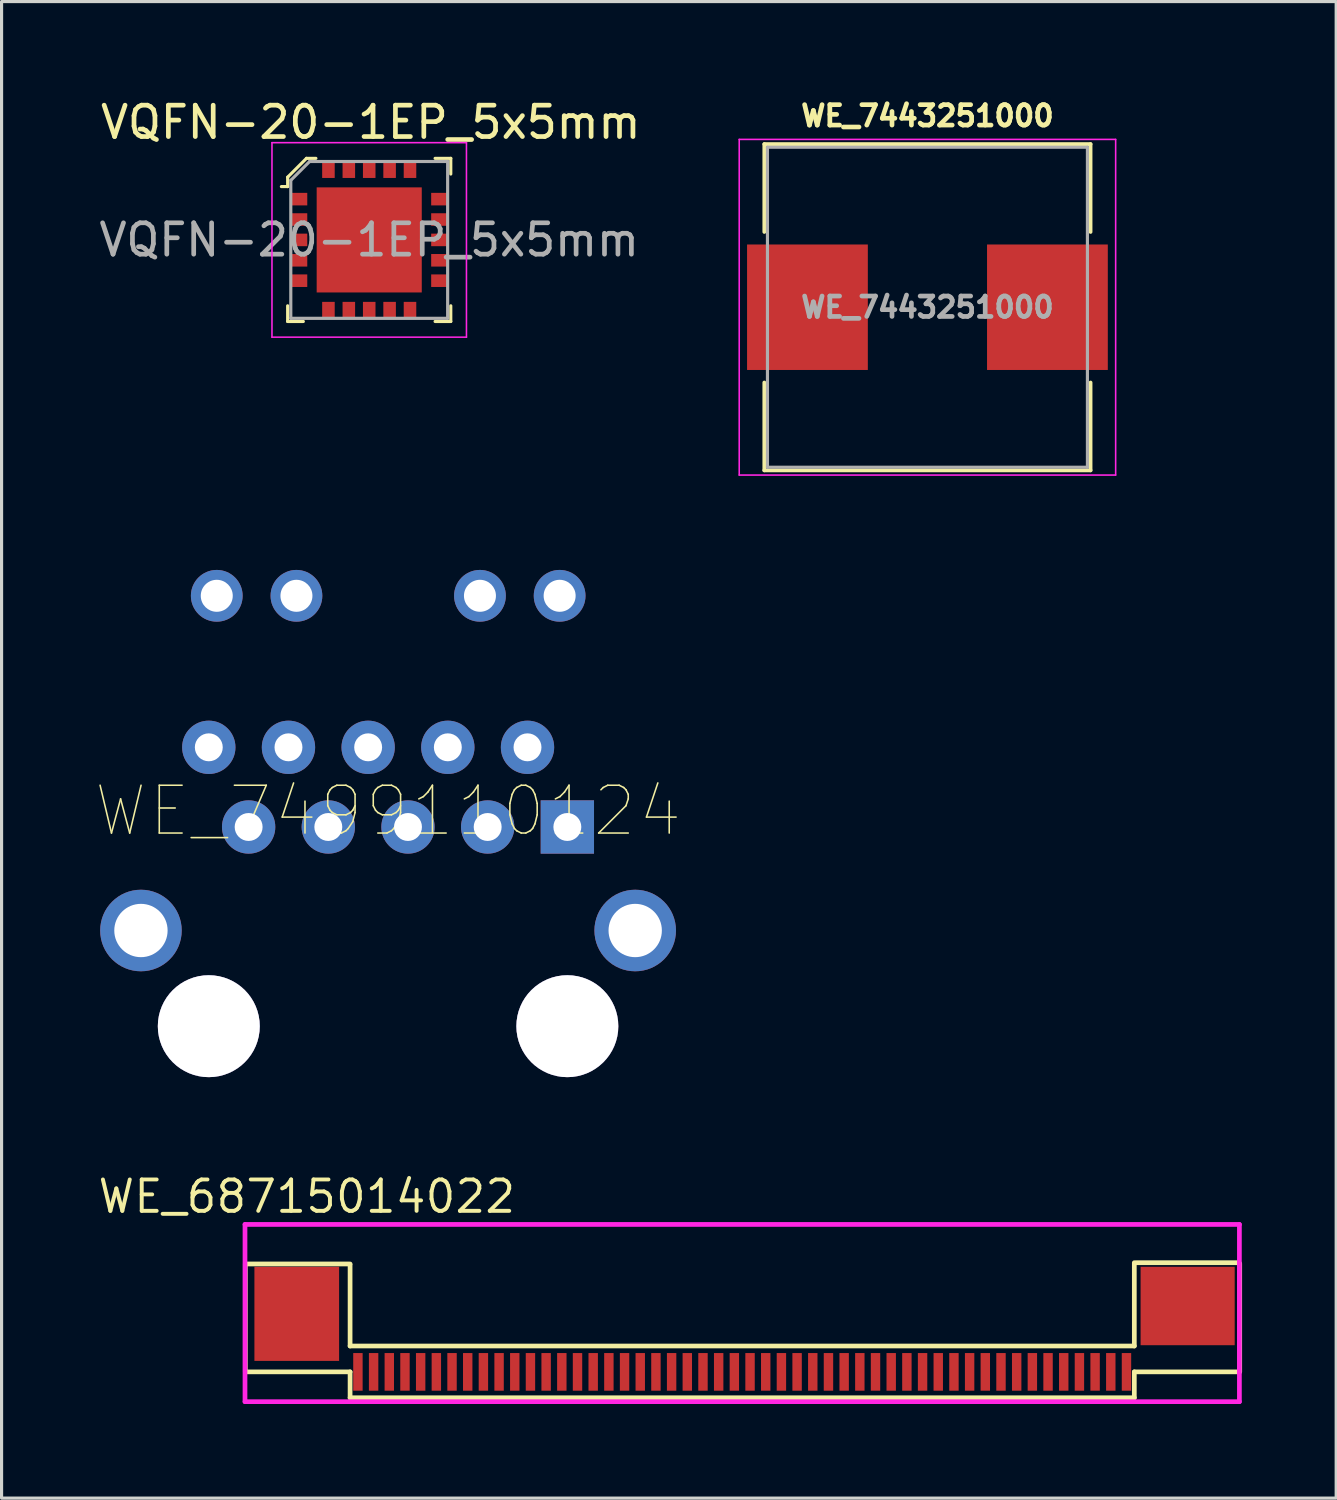
<source format=kicad_pcb>
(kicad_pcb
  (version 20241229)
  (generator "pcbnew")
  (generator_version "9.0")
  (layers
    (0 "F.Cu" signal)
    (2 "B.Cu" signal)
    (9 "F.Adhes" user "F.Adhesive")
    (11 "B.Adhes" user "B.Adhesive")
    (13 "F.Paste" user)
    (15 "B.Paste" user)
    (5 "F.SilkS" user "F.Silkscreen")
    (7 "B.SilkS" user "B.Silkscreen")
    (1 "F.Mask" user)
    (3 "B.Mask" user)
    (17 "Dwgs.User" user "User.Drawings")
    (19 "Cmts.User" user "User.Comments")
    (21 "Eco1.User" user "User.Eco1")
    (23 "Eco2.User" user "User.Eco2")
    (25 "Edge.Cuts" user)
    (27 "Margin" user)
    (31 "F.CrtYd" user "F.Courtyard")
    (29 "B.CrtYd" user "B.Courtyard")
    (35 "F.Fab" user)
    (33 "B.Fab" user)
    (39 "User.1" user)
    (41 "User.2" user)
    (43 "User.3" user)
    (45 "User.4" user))
  (footprint "WE_68715014022"
    (layer "F.Cu")
    (at 21.25 40.023)
    (property "Reference" "WE_68715014022" (at -14.52 -4.93 0) (layer "F.SilkS") (effects (font (size 1 1) (thickness 0.125))))
    (attr smd)
    (fp_line (start -16.48 -2.78) (end -16.48 0.66) (stroke (width 0.15) (type solid)) (layer "F.SilkS"))
    (fp_line (start -16.45 0.66) (end -13.14 0.66) (stroke (width 0.15) (type solid)) (layer "F.SilkS"))
    (fp_line (start -13.14 -2.78) (end -16.48 -2.78) (stroke (width 0.15) (type solid)) (layer "F.SilkS"))
    (fp_line (start -13.14 -0.165) (end -13.14 -2.75) (stroke (width 0.15) (type solid)) (layer "F.SilkS"))
    (fp_line (start -13.14 0.66) (end -13.14 1.485) (stroke (width 0.15) (type solid)) (layer "F.SilkS"))
    (fp_line (start 11.86 -0.165) (end -13.14 -0.165) (stroke (width 0.15) (type solid)) (layer "F.SilkS"))
    (fp_line (start 11.86 -0.165) (end 11.86 -2.82) (stroke (width 0.15) (type solid)) (layer "F.SilkS"))
    (fp_line (start 11.86 0.66) (end 11.86 1.485) (stroke (width 0.15) (type solid)) (layer "F.SilkS"))
    (fp_line (start 11.86 1.485) (end -13.14 1.485) (stroke (width 0.15) (type solid)) (layer "F.SilkS"))
    (fp_line (start 11.92 -2.82) (end 15.2 -2.82) (stroke (width 0.15) (type solid)) (layer "F.SilkS"))
    (fp_line (start 15.19 0.66) (end 11.86 0.66) (stroke (width 0.15) (type solid)) (layer "F.SilkS"))
    (fp_line (start 15.22 -2.79) (end 15.22 0.66) (stroke (width 0.15) (type solid)) (layer "F.SilkS"))
    (fp_line (start -16.49 -4.04) (end -16.49 1.61) (stroke (width 0.15) (type solid)) (layer "F.CrtYd"))
    (fp_line (start -16.49 1.61) (end 15.21 1.61) (stroke (width 0.15) (type solid)) (layer "F.CrtYd"))
    (fp_line (start 15.21 -4.04) (end -16.49 -4.04) (stroke (width 0.15) (type solid)) (layer "F.CrtYd"))
    (fp_line (start 15.21 1.61) (end 15.21 -4.04) (stroke (width 0.15) (type solid)) (layer "F.CrtYd"))
    (pad "1" smd rect (at -12.89 0.66 180) (size 0.3 1.2) (layers "F.Cu" "F.Mask" "F.Paste"))
    (pad "2" smd rect (at -12.39 0.66 180) (size 0.3 1.2) (layers "F.Cu" "F.Mask" "F.Paste"))
    (pad "3" smd rect (at -11.89 0.66 180) (size 0.3 1.2) (layers "F.Cu" "F.Mask" "F.Paste"))
    (pad "4" smd rect (at -11.39 0.66 180) (size 0.3 1.2) (layers "F.Cu" "F.Mask" "F.Paste"))
    (pad "5" smd rect (at -10.89 0.66 180) (size 0.3 1.2) (layers "F.Cu" "F.Mask" "F.Paste"))
    (pad "6" smd rect (at -10.39 0.66 180) (size 0.3 1.2) (layers "F.Cu" "F.Mask" "F.Paste"))
    (pad "7" smd rect (at -9.89 0.66 180) (size 0.3 1.2) (layers "F.Cu" "F.Mask" "F.Paste"))
    (pad "8" smd rect (at -9.39 0.66 180) (size 0.3 1.2) (layers "F.Cu" "F.Mask" "F.Paste"))
    (pad "9" smd rect (at -8.89 0.66 180) (size 0.3 1.2) (layers "F.Cu" "F.Mask" "F.Paste"))
    (pad "10" smd rect (at -8.39 0.66 180) (size 0.3 1.2) (layers "F.Cu" "F.Mask" "F.Paste"))
    (pad "11" smd rect (at -7.89 0.66 180) (size 0.3 1.2) (layers "F.Cu" "F.Mask" "F.Paste"))
    (pad "12" smd rect (at -7.39 0.66 180) (size 0.3 1.2) (layers "F.Cu" "F.Mask" "F.Paste"))
    (pad "13" smd rect (at -6.89 0.66 180) (size 0.3 1.2) (layers "F.Cu" "F.Mask" "F.Paste"))
    (pad "14" smd rect (at -6.39 0.66 180) (size 0.3 1.2) (layers "F.Cu" "F.Mask" "F.Paste"))
    (pad "15" smd rect (at -5.89 0.66 180) (size 0.3 1.2) (layers "F.Cu" "F.Mask" "F.Paste"))
    (pad "16" smd rect (at -5.39 0.66 180) (size 0.3 1.2) (layers "F.Cu" "F.Mask" "F.Paste"))
    (pad "17" smd rect (at -4.89 0.66 180) (size 0.3 1.2) (layers "F.Cu" "F.Mask" "F.Paste"))
    (pad "18" smd rect (at -4.39 0.66 180) (size 0.3 1.2) (layers "F.Cu" "F.Mask" "F.Paste"))
    (pad "19" smd rect (at -3.89 0.66 180) (size 0.3 1.2) (layers "F.Cu" "F.Mask" "F.Paste"))
    (pad "20" smd rect (at -3.39 0.66 180) (size 0.3 1.2) (layers "F.Cu" "F.Mask" "F.Paste"))
    (pad "21" smd rect (at -2.89 0.66 180) (size 0.3 1.2) (layers "F.Cu" "F.Mask" "F.Paste"))
    (pad "22" smd rect (at -2.39 0.66 180) (size 0.3 1.2) (layers "F.Cu" "F.Mask" "F.Paste"))
    (pad "23" smd rect (at -1.89 0.66 180) (size 0.3 1.2) (layers "F.Cu" "F.Mask" "F.Paste"))
    (pad "24" smd rect (at -1.39 0.66 180) (size 0.3 1.2) (layers "F.Cu" "F.Mask" "F.Paste"))
    (pad "25" smd rect (at -0.89 0.66 180) (size 0.3 1.2) (layers "F.Cu" "F.Mask" "F.Paste"))
    (pad "26" smd rect (at -0.39 0.66 180) (size 0.3 1.2) (layers "F.Cu" "F.Mask" "F.Paste"))
    (pad "27" smd rect (at 0.11 0.66 180) (size 0.3 1.2) (layers "F.Cu" "F.Mask" "F.Paste"))
    (pad "28" smd rect (at 0.61 0.66 180) (size 0.3 1.2) (layers "F.Cu" "F.Mask" "F.Paste"))
    (pad "29" smd rect (at 1.11 0.66 180) (size 0.3 1.2) (layers "F.Cu" "F.Mask" "F.Paste"))
    (pad "30" smd rect (at 1.61 0.66 180) (size 0.3 1.2) (layers "F.Cu" "F.Mask" "F.Paste"))
    (pad "31" smd rect (at 2.11 0.66 180) (size 0.3 1.2) (layers "F.Cu" "F.Mask" "F.Paste"))
    (pad "32" smd rect (at 2.61 0.66 180) (size 0.3 1.2) (layers "F.Cu" "F.Mask" "F.Paste"))
    (pad "33" smd rect (at 3.11 0.66 180) (size 0.3 1.2) (layers "F.Cu" "F.Mask" "F.Paste"))
    (pad "34" smd rect (at 3.61 0.66 180) (size 0.3 1.2) (layers "F.Cu" "F.Mask" "F.Paste"))
    (pad "35" smd rect (at 4.11 0.66 180) (size 0.3 1.2) (layers "F.Cu" "F.Mask" "F.Paste"))
    (pad "36" smd rect (at 4.61 0.66 180) (size 0.3 1.2) (layers "F.Cu" "F.Mask" "F.Paste"))
    (pad "37" smd rect (at 5.11 0.66 180) (size 0.3 1.2) (layers "F.Cu" "F.Mask" "F.Paste"))
    (pad "38" smd rect (at 5.61 0.66 180) (size 0.3 1.2) (layers "F.Cu" "F.Mask" "F.Paste"))
    (pad "39" smd rect (at 6.11 0.66 180) (size 0.3 1.2) (layers "F.Cu" "F.Mask" "F.Paste"))
    (pad "40" smd rect (at 6.61 0.66 180) (size 0.3 1.2) (layers "F.Cu" "F.Mask" "F.Paste"))
    (pad "41" smd rect (at 7.11 0.66 180) (size 0.3 1.2) (layers "F.Cu" "F.Mask" "F.Paste"))
    (pad "42" smd rect (at 7.61 0.66 180) (size 0.3 1.2) (layers "F.Cu" "F.Mask" "F.Paste"))
    (pad "43" smd rect (at 8.11 0.66 180) (size 0.3 1.2) (layers "F.Cu" "F.Mask" "F.Paste"))
    (pad "44" smd rect (at 8.61 0.66 180) (size 0.3 1.2) (layers "F.Cu" "F.Mask" "F.Paste"))
    (pad "45" smd rect (at 9.11 0.66 180) (size 0.3 1.2) (layers "F.Cu" "F.Mask" "F.Paste"))
    (pad "46" smd rect (at 9.61 0.66 180) (size 0.3 1.2) (layers "F.Cu" "F.Mask" "F.Paste"))
    (pad "47" smd rect (at 10.11 0.66 180) (size 0.3 1.2) (layers "F.Cu" "F.Mask" "F.Paste"))
    (pad "48" smd rect (at 10.61 0.66 180) (size 0.3 1.2) (layers "F.Cu" "F.Mask" "F.Paste"))
    (pad "49" smd rect (at 11.11 0.66 180) (size 0.3 1.2) (layers "F.Cu" "F.Mask" "F.Paste"))
    (pad "50" smd rect (at 11.61 0.66 180) (size 0.3 1.2) (layers "F.Cu" "F.Mask" "F.Paste"))
    (pad "~" smd rect (at -14.84 -1.19 180) (size 2.7 3) (layers "F.Cu" "F.Mask" "F.Paste"))
    (pad "~" smd rect (at 13.56 -1.44 180) (size 3 2.5) (layers "F.Cu" "F.Mask" "F.Paste")))
  (footprint "VQFN-20-1EP_5x5mm"
    (layer "F.Cu")
    (at 8.72 4.598)
    (property "Reference" "VQFN-20-1EP_5x5mm" (at 0.05 -3.75 0) (layer "F.SilkS") (effects (font (size 1 1) (thickness 0.15))))
    (attr smd)
    (fp_line (start -2.6 -2) (end -2.6 -1.7) (stroke (width 0.1) (type solid)) (layer "F.SilkS"))
    (fp_line (start -2.6 -1.7) (end -2.8 -1.7) (stroke (width 0.1) (type solid)) (layer "F.SilkS"))
    (fp_line (start -2.6 2.6) (end -2.6 2.1) (stroke (width 0.1) (type solid)) (layer "F.SilkS"))
    (fp_line (start -2.6 2.6) (end -2.1 2.6) (stroke (width 0.1) (type solid)) (layer "F.SilkS"))
    (fp_line (start -2 -2.6) (end -2.6 -2) (stroke (width 0.1) (type solid)) (layer "F.SilkS"))
    (fp_line (start -1.7 -2.6) (end -2 -2.6) (stroke (width 0.1) (type solid)) (layer "F.SilkS"))
    (fp_line (start 2.6 -2.6) (end 2.1 -2.6) (stroke (width 0.1) (type solid)) (layer "F.SilkS"))
    (fp_line (start 2.6 -2.6) (end 2.6 -2.1) (stroke (width 0.1) (type solid)) (layer "F.SilkS"))
    (fp_line (start 2.6 2.6) (end 2.1 2.6) (stroke (width 0.1) (type solid)) (layer "F.SilkS"))
    (fp_line (start 2.6 2.6) (end 2.6 2.1) (stroke (width 0.1) (type solid)) (layer "F.SilkS"))
    (fp_line (start -3.1 3.1) (end -3.1 -3.1) (stroke (width 0.05) (type solid)) (layer "F.CrtYd"))
    (fp_line (start 3.1 -3.1) (end -3.1 -3.1) (stroke (width 0.05) (type solid)) (layer "F.CrtYd"))
    (fp_line (start 3.1 3.1) (end -3.1 3.1) (stroke (width 0.05) (type solid)) (layer "F.CrtYd"))
    (fp_line (start 3.1 3.1) (end 3.1 -3.1) (stroke (width 0.05) (type solid)) (layer "F.CrtYd"))
    (fp_line (start -2.5 -1.9) (end -2.5 2.5) (stroke (width 0.1) (type solid)) (layer "F.Fab"))
    (fp_line (start -2.5 -1.9) (end -1.9 -2.5) (stroke (width 0.1) (type solid)) (layer "F.Fab"))
    (fp_line (start -2.5 2.5) (end 2.5 2.5) (stroke (width 0.1) (type solid)) (layer "F.Fab"))
    (fp_line (start -1.9 -2.5) (end 2.5 -2.5) (stroke (width 0.1) (type solid)) (layer "F.Fab"))
    (fp_line (start 2.5 -2.5) (end 2.5 2.5) (stroke (width 0.1) (type solid)) (layer "F.Fab"))
    (fp_text user "${REFERENCE}" (at 0 0 0) (layer "F.Fab") (effects (font (size 1 1) (thickness 0.15))))
    (pad "1" smd rect (at -2.25 -1.3) (size 0.55 0.4) (layers "F.Cu" "F.Mask" "F.Paste"))
    (pad "2" smd rect (at -2.25 -0.65) (size 0.55 0.4) (layers "F.Cu" "F.Mask" "F.Paste"))
    (pad "3" smd rect (at -2.25 0) (size 0.55 0.4) (layers "F.Cu" "F.Mask" "F.Paste"))
    (pad "4" smd rect (at -2.25 0.65) (size 0.55 0.4) (layers "F.Cu" "F.Mask" "F.Paste"))
    (pad "5" smd rect (at -2.25 1.3) (size 0.55 0.4) (layers "F.Cu" "F.Mask" "F.Paste"))
    (pad "6" smd rect (at -1.3 2.25 90) (size 0.55 0.4) (layers "F.Cu" "F.Mask" "F.Paste"))
    (pad "7" smd rect (at -0.65 2.25 90) (size 0.55 0.4) (layers "F.Cu" "F.Mask" "F.Paste"))
    (pad "8" smd rect (at 0 2.25 90) (size 0.55 0.4) (layers "F.Cu" "F.Mask" "F.Paste"))
    (pad "9" smd rect (at 0.65 2.25 90) (size 0.55 0.4) (layers "F.Cu" "F.Mask" "F.Paste"))
    (pad "10" smd rect (at 1.3 2.25 90) (size 0.55 0.4) (layers "F.Cu" "F.Mask" "F.Paste"))
    (pad "11" smd rect (at 2.25 1.3) (size 0.55 0.4) (layers "F.Cu" "F.Mask" "F.Paste"))
    (pad "12" smd rect (at 2.25 0.65) (size 0.55 0.4) (layers "F.Cu" "F.Mask" "F.Paste"))
    (pad "13" smd rect (at 2.25 0) (size 0.55 0.4) (layers "F.Cu" "F.Mask" "F.Paste"))
    (pad "14" smd rect (at 2.25 -0.65) (size 0.55 0.4) (layers "F.Cu" "F.Mask" "F.Paste"))
    (pad "15" smd rect (at 2.25 -1.3) (size 0.55 0.4) (layers "F.Cu" "F.Mask" "F.Paste"))
    (pad "16" smd rect (at 1.3 -2.25 90) (size 0.55 0.4) (layers "F.Cu" "F.Mask" "F.Paste"))
    (pad "17" smd rect (at 0.65 -2.25 90) (size 0.55 0.4) (layers "F.Cu" "F.Mask" "F.Paste"))
    (pad "18" smd rect (at 0 -2.25 90) (size 0.55 0.4) (layers "F.Cu" "F.Mask" "F.Paste"))
    (pad "19" smd rect (at -0.65 -2.25 90) (size 0.55 0.4) (layers "F.Cu" "F.Mask" "F.Paste"))
    (pad "20" smd rect (at -1.3 -2.25 90) (size 0.55 0.4) (layers "F.Cu" "F.Mask" "F.Paste"))
    (pad "21" smd rect (at 0 0) (size 3.35 3.35) (layers "F.Cu" "F.Mask" "F.Paste")))
  (footprint "WE_7443251000"
    (layer "F.Cu")
    (at 26.515 6.744)
    (property "Reference" "WE_7443251000" (at 0 -6.1 0) (layer "F.SilkS") (effects (font (size 0.65 0.65) (thickness 0.15))))
    (attr smd)
    (fp_line (start -5.2 -5.2) (end 5.2 -5.2) (stroke (width 0.12) (type solid)) (layer "F.SilkS"))
    (fp_line (start -5.2 -2.4) (end -5.2 -5.2) (stroke (width 0.12) (type solid)) (layer "F.SilkS"))
    (fp_line (start -5.2 2.4) (end -5.2 5.2) (stroke (width 0.12) (type solid)) (layer "F.SilkS"))
    (fp_line (start -5.2 5.2) (end 5.2 5.2) (stroke (width 0.12) (type solid)) (layer "F.SilkS"))
    (fp_line (start 5.2 -5.2) (end 5.2 -2.4) (stroke (width 0.12) (type solid)) (layer "F.SilkS"))
    (fp_line (start 5.2 5.2) (end 5.2 2.4) (stroke (width 0.12) (type solid)) (layer "F.SilkS"))
    (fp_line (start -6 -5.35) (end -6 5.35) (stroke (width 0.05) (type solid)) (layer "F.CrtYd"))
    (fp_line (start -6 5.35) (end 6 5.35) (stroke (width 0.05) (type solid)) (layer "F.CrtYd"))
    (fp_line (start 6 -5.35) (end -6 -5.35) (stroke (width 0.05) (type solid)) (layer "F.CrtYd"))
    (fp_line (start 6 5.35) (end 6 -5.35) (stroke (width 0.05) (type solid)) (layer "F.CrtYd"))
    (fp_line (start -5.1 -5.1) (end -5.1 5.1) (stroke (width 0.1) (type solid)) (layer "F.Fab"))
    (fp_line (start -5.1 5.1) (end 5.1 5.1) (stroke (width 0.1) (type solid)) (layer "F.Fab"))
    (fp_line (start 5.1 -5.1) (end -5.1 -5.1) (stroke (width 0.1) (type solid)) (layer "F.Fab"))
    (fp_line (start 5.1 5.1) (end 5.1 -5.1) (stroke (width 0.1) (type solid)) (layer "F.Fab"))
    (fp_text user "${REFERENCE}" (at 0 0 0) (layer "F.Fab") (effects (font (size 0.65 0.65) (thickness 0.15))))
    (pad "1" smd rect (at -3.825 0) (size 3.85 4) (layers "F.Cu" "F.Mask" "F.Paste"))
    (pad "2" smd rect (at 3.825 0) (size 3.85 4) (layers "F.Cu" "F.Mask" "F.Paste")))
  (footprint "WE_7499110124"
    (layer "F.Cu")
    (at 9.321 22.803)
    (property "Reference" "WE_7499110124" (at 0 0 0) (layer "F.SilkS") (effects (font (size 1.524 1.524) (thickness 0.05))))
    (attr through_hole)
    (pad "" thru_hole circle (at -5.715 6.86 180) (size 3.25 3.25) (drill 3.25) (layers "*.Cu" "*.Mask"))
    (pad "" thru_hole circle (at 5.715 6.86 180) (size 3.25 3.25) (drill 3.25) (layers "*.Cu" "*.Mask"))
    (pad "1" thru_hole rect (at 5.715 0.51 180) (size 1.7 1.7) (drill 0.89) (layers "*.Cu" "*.Mask"))
    (pad "2" thru_hole circle (at 4.445 -2.03 180) (size 1.7 1.7) (drill 0.89) (layers "*.Cu" "*.Mask"))
    (pad "3" thru_hole circle (at 3.175 0.51 180) (size 1.7 1.7) (drill 0.89) (layers "*.Cu" "*.Mask"))
    (pad "4" thru_hole circle (at 1.905 -2.03 180) (size 1.7 1.7) (drill 0.89) (layers "*.Cu" "*.Mask"))
    (pad "5" thru_hole circle (at 0.635 0.51 270) (size 1.7 1.7) (drill 0.89) (layers "*.Cu" "*.Mask"))
    (pad "6" thru_hole circle (at -0.635 -2.03 180) (size 1.7 1.7) (drill 0.89) (layers "*.Cu" "*.Mask"))
    (pad "7" thru_hole circle (at -1.905 0.51 180) (size 1.7 1.7) (drill 0.89) (layers "*.Cu" "*.Mask"))
    (pad "8" thru_hole circle (at -3.175 -2.03 180) (size 1.7 1.7) (drill 0.89) (layers "*.Cu" "*.Mask"))
    (pad "9" thru_hole circle (at -4.445 0.51 180) (size 1.7 1.7) (drill 0.89) (layers "*.Cu" "*.Mask"))
    (pad "10" thru_hole circle (at -5.715 -2.03 180) (size 1.7 1.7) (drill 0.89) (layers "*.Cu" "*.Mask"))
    (pad "11" thru_hole circle (at 5.469 -6.86 180) (size 1.65 1.65) (drill 1.02) (layers "*.Cu" "*.Mask"))
    (pad "12" thru_hole circle (at 2.929 -6.86 180) (size 1.65 1.65) (drill 1.02) (layers "*.Cu" "*.Mask"))
    (pad "13" thru_hole circle (at -2.921 -6.86 180) (size 1.65 1.65) (drill 1.02) (layers "*.Cu" "*.Mask"))
    (pad "14" thru_hole circle (at -5.461 -6.86 180) (size 1.65 1.65) (drill 1.02) (layers "*.Cu" "*.Mask"))
    (pad "S" thru_hole circle (at -7.878 3.81 180) (size 2.6 2.6) (drill 1.7) (layers "*.Cu" "*.Mask"))
    (pad "S" thru_hole circle (at 7.878 3.81 180) (size 2.6 2.6) (drill 1.7) (layers "*.Cu" "*.Mask")))
  (gr_rect
    (start -3 -3)
    (end 39.545 44.708)
    (stroke (width 0.1) (type default))
    (fill no)
    (layer "Edge.Cuts")))
</source>
